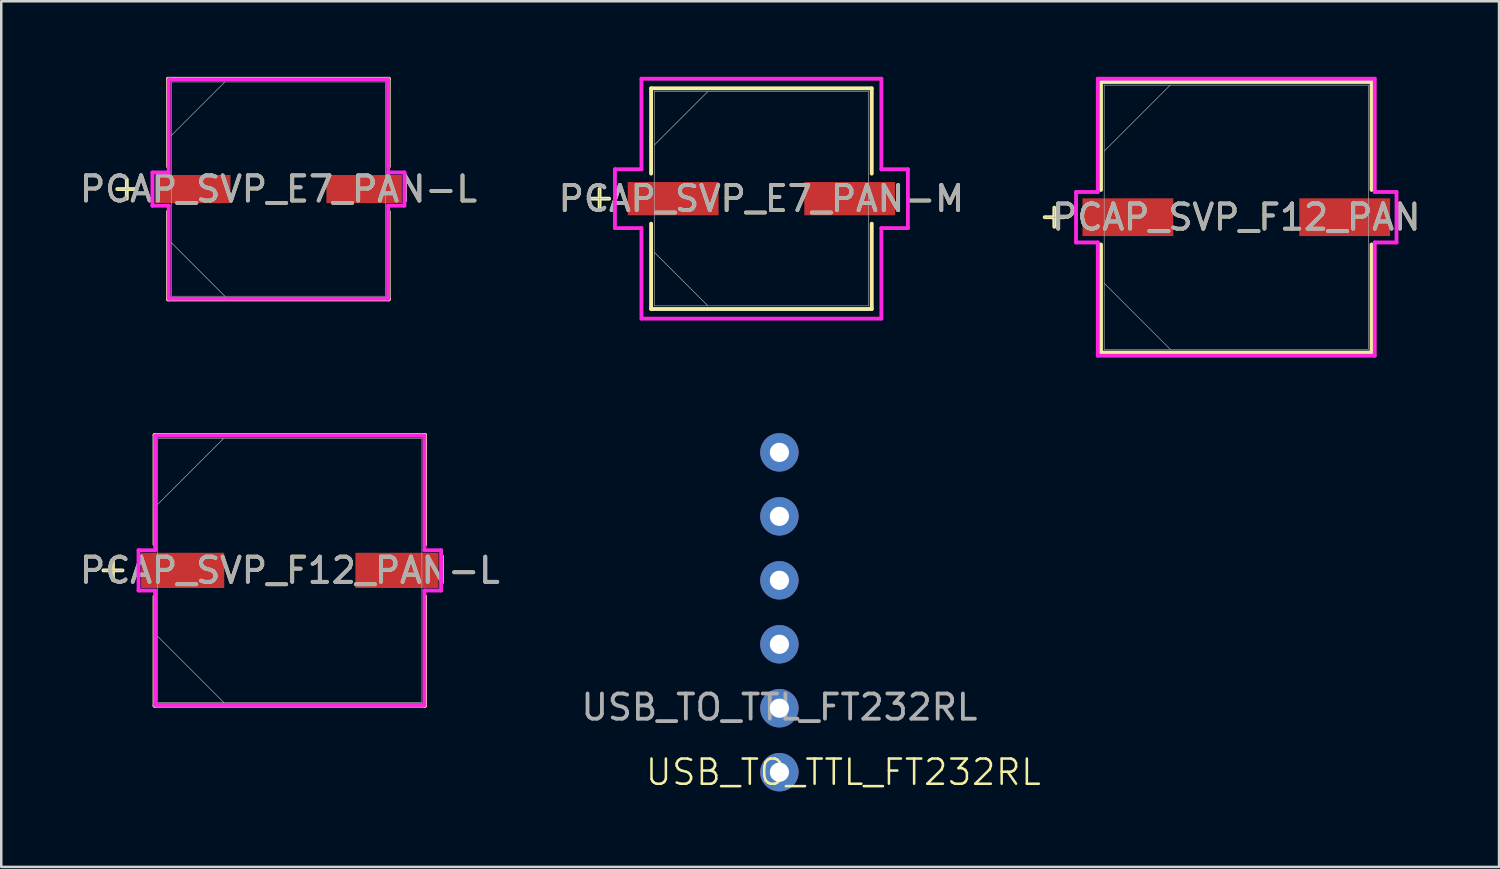
<source format=kicad_pcb>
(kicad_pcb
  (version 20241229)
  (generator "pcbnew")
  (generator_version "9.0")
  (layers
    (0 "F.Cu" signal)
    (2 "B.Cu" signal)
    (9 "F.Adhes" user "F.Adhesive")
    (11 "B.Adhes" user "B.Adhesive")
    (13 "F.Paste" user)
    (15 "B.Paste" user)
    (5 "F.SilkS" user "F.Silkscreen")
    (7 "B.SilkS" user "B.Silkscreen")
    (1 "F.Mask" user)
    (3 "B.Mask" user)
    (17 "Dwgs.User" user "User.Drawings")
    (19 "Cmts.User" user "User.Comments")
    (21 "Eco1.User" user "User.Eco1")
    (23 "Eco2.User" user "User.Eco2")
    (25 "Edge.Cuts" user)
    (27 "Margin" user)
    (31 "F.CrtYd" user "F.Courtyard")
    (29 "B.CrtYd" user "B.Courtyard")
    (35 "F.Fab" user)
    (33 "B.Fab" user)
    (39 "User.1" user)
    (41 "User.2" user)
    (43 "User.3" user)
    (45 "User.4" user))
  (footprint "PCAP_SVP_F12_PAN-L"
    (layer "F.Cu")
    (at 8.458 19.599)
    (property "Reference" "PCAP_SVP_F12_PAN-L" (at 0 0 0) (unlocked yes) (layer "F.SilkS") (effects (font (size 1 1) (thickness 0.15))))
    (attr smd)
    (fp_line (start -7.023 -0.381) (end -7.023 0.381) (stroke (width 0.152) (type solid)) (layer "F.SilkS"))
    (fp_line (start -6.642 0) (end -7.404 0) (stroke (width 0.152) (type solid)) (layer "F.SilkS"))
    (fp_line (start -5.372 -5.372) (end -5.372 -1.031) (stroke (width 0.152) (type solid)) (layer "F.SilkS"))
    (fp_line (start -5.372 1.031) (end -5.372 5.372) (stroke (width 0.152) (type solid)) (layer "F.SilkS"))
    (fp_line (start -5.372 5.372) (end 5.372 5.372) (stroke (width 0.152) (type solid)) (layer "F.SilkS"))
    (fp_line (start 5.372 -5.372) (end -5.372 -5.372) (stroke (width 0.152) (type solid)) (layer "F.SilkS"))
    (fp_line (start 5.372 -1.031) (end 5.372 -5.372) (stroke (width 0.152) (type solid)) (layer "F.SilkS"))
    (fp_line (start 5.372 5.372) (end 5.372 1.031) (stroke (width 0.152) (type solid)) (layer "F.SilkS"))
    (fp_line (start -6.007 -0.8) (end -5.347 -0.8) (stroke (width 0.152) (type solid)) (layer "F.CrtYd"))
    (fp_line (start -6.007 0.8) (end -6.007 -0.8) (stroke (width 0.152) (type solid)) (layer "F.CrtYd"))
    (fp_line (start -5.347 -5.347) (end 5.347 -5.347) (stroke (width 0.152) (type solid)) (layer "F.CrtYd"))
    (fp_line (start -5.347 -0.8) (end -5.347 -5.347) (stroke (width 0.152) (type solid)) (layer "F.CrtYd"))
    (fp_line (start -5.347 0.8) (end -6.007 0.8) (stroke (width 0.152) (type solid)) (layer "F.CrtYd"))
    (fp_line (start -5.347 5.347) (end -5.347 0.8) (stroke (width 0.152) (type solid)) (layer "F.CrtYd"))
    (fp_line (start 5.347 -5.347) (end 5.347 -0.8) (stroke (width 0.152) (type solid)) (layer "F.CrtYd"))
    (fp_line (start 5.347 -0.8) (end 6.007 -0.8) (stroke (width 0.152) (type solid)) (layer "F.CrtYd"))
    (fp_line (start 5.347 0.8) (end 5.347 5.347) (stroke (width 0.152) (type solid)) (layer "F.CrtYd"))
    (fp_line (start 5.347 5.347) (end -5.347 5.347) (stroke (width 0.152) (type solid)) (layer "F.CrtYd"))
    (fp_line (start 6.007 -0.8) (end 6.007 0.8) (stroke (width 0.152) (type solid)) (layer "F.CrtYd"))
    (fp_line (start 6.007 0.8) (end 5.347 0.8) (stroke (width 0.152) (type solid)) (layer "F.CrtYd"))
    (fp_line (start -7.023 -0.381) (end -7.023 0.381) (stroke (width 0.025) (type solid)) (layer "F.Fab"))
    (fp_line (start -6.642 0) (end -7.404 0) (stroke (width 0.025) (type solid)) (layer "F.Fab"))
    (fp_line (start -5.245 -5.245) (end -5.245 5.245) (stroke (width 0.025) (type solid)) (layer "F.Fab"))
    (fp_line (start -5.245 -2.623) (end -2.623 -5.245) (stroke (width 0.025) (type solid)) (layer "F.Fab"))
    (fp_line (start -5.245 2.623) (end -2.623 5.245) (stroke (width 0.025) (type solid)) (layer "F.Fab"))
    (fp_line (start -5.245 5.245) (end 5.245 5.245) (stroke (width 0.025) (type solid)) (layer "F.Fab"))
    (fp_line (start 5.245 -5.245) (end -5.245 -5.245) (stroke (width 0.025) (type solid)) (layer "F.Fab"))
    (fp_line (start 5.245 5.245) (end 5.245 -5.245) (stroke (width 0.025) (type solid)) (layer "F.Fab"))
    (fp_text user "${REFERENCE}" (at 0 0 0) (unlocked yes) (layer "F.Fab") (effects (font (size 1 1) (thickness 0.15))))
    (pad "1" smd rect (at -4.255 0) (size 3.302 1.397) (layers "F.Cu" "F.Mask" "F.Paste"))
    (pad "2" smd rect (at 4.255 0) (size 3.302 1.397) (layers "F.Cu" "F.Mask" "F.Paste"))
    (zone (net_name "") (layer "F.Cu") (hatch full 0.508) (connect_pads) (min_thickness 0.254) (filled_areas_thickness no) (keepout (tracks not_allowed) (vias not_allowed) (pads allowed) (copperpour not_allowed) (footprints allowed)) (placement (enabled no)) (fill) (polygon (pts (xy 3.264 14.405) (xy 13.653 14.405) (xy 13.653 18.85) (xy 3.264 18.85))))
    (zone (net_name "") (layer "F.Cu") (hatch full 0.508) (connect_pads) (min_thickness 0.254) (filled_areas_thickness no) (keepout (tracks not_allowed) (vias not_allowed) (pads allowed) (copperpour not_allowed) (footprints allowed)) (placement (enabled no)) (fill) (polygon (pts (xy 3.264 20.348) (xy 13.653 20.348) (xy 13.653 24.793) (xy 3.264 24.793))))
    (zone (net_name "") (layer "F.Cu") (hatch full 0.508) (connect_pads) (min_thickness 0.254) (filled_areas_thickness no) (keepout (tracks not_allowed) (vias not_allowed) (pads allowed) (copperpour not_allowed) (footprints allowed)) (placement (enabled no)) (fill) (polygon (pts (xy 5.906 18.85) (xy 11.011 18.85) (xy 11.011 20.348) (xy 5.906 20.348)))))
  (footprint "PCAP_SVP_E7_PAN-L"
    (layer "F.Cu")
    (at 8.006 4.458)
    (property "Reference" "PCAP_SVP_E7_PAN-L" (at 0 0 0) (unlocked yes) (layer "F.SilkS") (effects (font (size 1 1) (thickness 0.15))))
    (attr smd)
    (fp_line (start -6.02 -0.381) (end -6.02 0.381) (stroke (width 0.152) (type solid)) (layer "F.SilkS"))
    (fp_line (start -5.639 0) (end -6.401 0) (stroke (width 0.152) (type solid)) (layer "F.SilkS"))
    (fp_line (start -4.381 -4.381) (end -4.381 -0.892) (stroke (width 0.152) (type solid)) (layer "F.SilkS"))
    (fp_line (start -4.381 0.892) (end -4.381 4.381) (stroke (width 0.152) (type solid)) (layer "F.SilkS"))
    (fp_line (start -4.381 4.381) (end 4.381 4.381) (stroke (width 0.152) (type solid)) (layer "F.SilkS"))
    (fp_line (start 4.381 -4.381) (end -4.381 -4.381) (stroke (width 0.152) (type solid)) (layer "F.SilkS"))
    (fp_line (start 4.381 -0.892) (end 4.381 -4.381) (stroke (width 0.152) (type solid)) (layer "F.SilkS"))
    (fp_line (start 4.381 4.381) (end 4.381 0.892) (stroke (width 0.152) (type solid)) (layer "F.SilkS"))
    (fp_line (start -5.004 -0.66) (end -4.356 -0.66) (stroke (width 0.152) (type solid)) (layer "F.CrtYd"))
    (fp_line (start -5.004 0.66) (end -5.004 -0.66) (stroke (width 0.152) (type solid)) (layer "F.CrtYd"))
    (fp_line (start -4.356 -4.356) (end 4.356 -4.356) (stroke (width 0.152) (type solid)) (layer "F.CrtYd"))
    (fp_line (start -4.356 -0.66) (end -4.356 -4.356) (stroke (width 0.152) (type solid)) (layer "F.CrtYd"))
    (fp_line (start -4.356 0.66) (end -5.004 0.66) (stroke (width 0.152) (type solid)) (layer "F.CrtYd"))
    (fp_line (start -4.356 4.356) (end -4.356 0.66) (stroke (width 0.152) (type solid)) (layer "F.CrtYd"))
    (fp_line (start 4.356 -4.356) (end 4.356 -0.66) (stroke (width 0.152) (type solid)) (layer "F.CrtYd"))
    (fp_line (start 4.356 -0.66) (end 5.004 -0.66) (stroke (width 0.152) (type solid)) (layer "F.CrtYd"))
    (fp_line (start 4.356 0.66) (end 4.356 4.356) (stroke (width 0.152) (type solid)) (layer "F.CrtYd"))
    (fp_line (start 4.356 4.356) (end -4.356 4.356) (stroke (width 0.152) (type solid)) (layer "F.CrtYd"))
    (fp_line (start 5.004 -0.66) (end 5.004 0.66) (stroke (width 0.152) (type solid)) (layer "F.CrtYd"))
    (fp_line (start 5.004 0.66) (end 4.356 0.66) (stroke (width 0.152) (type solid)) (layer "F.CrtYd"))
    (fp_line (start -6.02 -0.381) (end -6.02 0.381) (stroke (width 0.025) (type solid)) (layer "F.Fab"))
    (fp_line (start -5.639 0) (end -6.401 0) (stroke (width 0.025) (type solid)) (layer "F.Fab"))
    (fp_line (start -4.255 -4.255) (end -4.255 4.255) (stroke (width 0.025) (type solid)) (layer "F.Fab"))
    (fp_line (start -4.255 -2.127) (end -2.127 -4.255) (stroke (width 0.025) (type solid)) (layer "F.Fab"))
    (fp_line (start -4.255 2.127) (end -2.127 4.255) (stroke (width 0.025) (type solid)) (layer "F.Fab"))
    (fp_line (start -4.255 4.255) (end 4.255 4.255) (stroke (width 0.025) (type solid)) (layer "F.Fab"))
    (fp_line (start 4.255 -4.255) (end -4.255 -4.255) (stroke (width 0.025) (type solid)) (layer "F.Fab"))
    (fp_line (start 4.255 4.255) (end 4.255 -4.255) (stroke (width 0.025) (type solid)) (layer "F.Fab"))
    (fp_text user "${REFERENCE}" (at 0 0 0) (unlocked yes) (layer "F.Fab") (effects (font (size 1 1) (thickness 0.15))))
    (pad "1" smd rect (at -3.404 0) (size 2.997 1.118) (layers "F.Cu" "F.Mask" "F.Paste"))
    (pad "2" smd rect (at 3.404 0) (size 2.997 1.118) (layers "F.Cu" "F.Mask" "F.Paste"))
    (zone (net_name "") (layer "F.Cu") (hatch full 0.508) (connect_pads) (min_thickness 0.254) (filled_areas_thickness no) (keepout (tracks not_allowed) (vias not_allowed) (pads allowed) (copperpour not_allowed) (footprints allowed)) (placement (enabled no)) (fill) (polygon (pts (xy 3.802 0.254) (xy 12.21 0.254) (xy 12.21 3.848) (xy 3.802 3.848))))
    (zone (net_name "") (layer "F.Cu") (hatch full 0.508) (connect_pads) (min_thickness 0.254) (filled_areas_thickness no) (keepout (tracks not_allowed) (vias not_allowed) (pads allowed) (copperpour not_allowed) (footprints allowed)) (placement (enabled no)) (fill) (polygon (pts (xy 3.802 5.067) (xy 12.21 5.067) (xy 12.21 8.661) (xy 3.802 8.661))))
    (zone (net_name "") (layer "F.Cu") (hatch full 0.508) (connect_pads) (min_thickness 0.254) (filled_areas_thickness no) (keepout (tracks not_allowed) (vias not_allowed) (pads allowed) (copperpour not_allowed) (footprints allowed)) (placement (enabled no)) (fill) (polygon (pts (xy 6.152 3.848) (xy 9.86 3.848) (xy 9.86 5.067) (xy 6.152 5.067)))))
  (footprint "PCAP_SVP_E7_PAN-M"
    (layer "F.Cu")
    (at 27.185 4.839)
    (property "Reference" "PCAP_SVP_E7_PAN-M" (at 0 0 0) (unlocked yes) (layer "F.SilkS") (effects (font (size 1 1) (thickness 0.15))))
    (attr smd)
    (fp_line (start -6.426 -0.381) (end -6.426 0.381) (stroke (width 0.152) (type solid)) (layer "F.SilkS"))
    (fp_line (start -6.045 0) (end -6.807 0) (stroke (width 0.152) (type solid)) (layer "F.SilkS"))
    (fp_line (start -4.381 -4.381) (end -4.381 -0.993) (stroke (width 0.152) (type solid)) (layer "F.SilkS"))
    (fp_line (start -4.381 0.993) (end -4.381 4.381) (stroke (width 0.152) (type solid)) (layer "F.SilkS"))
    (fp_line (start -4.381 4.381) (end 4.381 4.381) (stroke (width 0.152) (type solid)) (layer "F.SilkS"))
    (fp_line (start 4.381 -4.381) (end -4.381 -4.381) (stroke (width 0.152) (type solid)) (layer "F.SilkS"))
    (fp_line (start 4.381 -0.993) (end 4.381 -4.381) (stroke (width 0.152) (type solid)) (layer "F.SilkS"))
    (fp_line (start 4.381 4.381) (end 4.381 0.993) (stroke (width 0.152) (type solid)) (layer "F.SilkS"))
    (fp_line (start -5.817 -1.168) (end -4.763 -1.168) (stroke (width 0.152) (type solid)) (layer "F.CrtYd"))
    (fp_line (start -5.817 1.168) (end -5.817 -1.168) (stroke (width 0.152) (type solid)) (layer "F.CrtYd"))
    (fp_line (start -4.763 -4.763) (end 4.763 -4.763) (stroke (width 0.152) (type solid)) (layer "F.CrtYd"))
    (fp_line (start -4.763 -1.168) (end -4.763 -4.763) (stroke (width 0.152) (type solid)) (layer "F.CrtYd"))
    (fp_line (start -4.763 1.168) (end -5.817 1.168) (stroke (width 0.152) (type solid)) (layer "F.CrtYd"))
    (fp_line (start -4.763 4.763) (end -4.763 1.168) (stroke (width 0.152) (type solid)) (layer "F.CrtYd"))
    (fp_line (start 4.763 -4.763) (end 4.763 -1.168) (stroke (width 0.152) (type solid)) (layer "F.CrtYd"))
    (fp_line (start 4.763 -1.168) (end 5.817 -1.168) (stroke (width 0.152) (type solid)) (layer "F.CrtYd"))
    (fp_line (start 4.763 1.168) (end 4.763 4.763) (stroke (width 0.152) (type solid)) (layer "F.CrtYd"))
    (fp_line (start 4.763 4.763) (end -4.763 4.763) (stroke (width 0.152) (type solid)) (layer "F.CrtYd"))
    (fp_line (start 5.817 -1.168) (end 5.817 1.168) (stroke (width 0.152) (type solid)) (layer "F.CrtYd"))
    (fp_line (start 5.817 1.168) (end 4.763 1.168) (stroke (width 0.152) (type solid)) (layer "F.CrtYd"))
    (fp_line (start -6.426 -0.381) (end -6.426 0.381) (stroke (width 0.025) (type solid)) (layer "F.Fab"))
    (fp_line (start -6.045 0) (end -6.807 0) (stroke (width 0.025) (type solid)) (layer "F.Fab"))
    (fp_line (start -4.255 -4.255) (end -4.255 4.255) (stroke (width 0.025) (type solid)) (layer "F.Fab"))
    (fp_line (start -4.255 -2.127) (end -2.127 -4.255) (stroke (width 0.025) (type solid)) (layer "F.Fab"))
    (fp_line (start -4.255 2.127) (end -2.127 4.255) (stroke (width 0.025) (type solid)) (layer "F.Fab"))
    (fp_line (start -4.255 4.255) (end 4.255 4.255) (stroke (width 0.025) (type solid)) (layer "F.Fab"))
    (fp_line (start 4.255 -4.255) (end -4.255 -4.255) (stroke (width 0.025) (type solid)) (layer "F.Fab"))
    (fp_line (start 4.255 4.255) (end 4.255 -4.255) (stroke (width 0.025) (type solid)) (layer "F.Fab"))
    (fp_text user "${REFERENCE}" (at 0 0 0) (unlocked yes) (layer "F.Fab") (effects (font (size 1 1) (thickness 0.15))))
    (pad "1" smd rect (at -3.505 0) (size 3.607 1.321) (layers "F.Cu" "F.Mask" "F.Paste"))
    (pad "2" smd rect (at 3.505 0) (size 3.607 1.321) (layers "F.Cu" "F.Mask" "F.Paste"))
    (zone (net_name "") (layer "F.Cu") (hatch full 0.508) (connect_pads) (min_thickness 0.254) (filled_areas_thickness no) (keepout (tracks not_allowed) (vias not_allowed) (pads allowed) (copperpour not_allowed) (footprints allowed)) (placement (enabled no)) (fill) (polygon (pts (xy 22.981 0.635) (xy 31.388 0.635) (xy 31.388 4.128) (xy 22.981 4.128))))
    (zone (net_name "") (layer "F.Cu") (hatch full 0.508) (connect_pads) (min_thickness 0.254) (filled_areas_thickness no) (keepout (tracks not_allowed) (vias not_allowed) (pads allowed) (copperpour not_allowed) (footprints allowed)) (placement (enabled no)) (fill) (polygon (pts (xy 22.981 5.55) (xy 31.388 5.55) (xy 31.388 9.042) (xy 22.981 9.042))))
    (zone (net_name "") (layer "F.Cu") (hatch full 0.508) (connect_pads) (min_thickness 0.254) (filled_areas_thickness no) (keepout (tracks not_allowed) (vias not_allowed) (pads allowed) (copperpour not_allowed) (footprints allowed)) (placement (enabled no)) (fill) (polygon (pts (xy 25.534 4.128) (xy 28.836 4.128) (xy 28.836 5.55) (xy 25.534 5.55)))))
  (footprint "USB_TO_TTL_FT232RL"
    (layer "F.Cu")
    (at 27.899 22.533)
    (property "Reference" "USB_TO_TTL_FT232RL" (at 2.54 5.08 0) (unlocked yes) (layer "F.SilkS") (effects (font (size 1 1) (thickness 0.1))))
    (attr through_hole)
    (fp_text user "${REFERENCE}" (at 0 2.5 0) (unlocked yes) (layer "F.Fab") (effects (font (size 1 1) (thickness 0.15))))
    (pad "1" thru_hole circle (at 0 -7.62) (size 1.524 1.524) (drill 0.762) (layers "*.Cu" "*.Mask"))
    (pad "2" thru_hole circle (at 0 -5.08) (size 1.524 1.524) (drill 0.762) (layers "*.Cu" "*.Mask"))
    (pad "3" thru_hole circle (at 0 -2.54) (size 1.524 1.524) (drill 0.762) (layers "*.Cu" "*.Mask"))
    (pad "4" thru_hole circle (at 0 0) (size 1.524 1.524) (drill 0.762) (layers "*.Cu" "*.Mask"))
    (pad "5" thru_hole circle (at 0 2.54) (size 1.524 1.524) (drill 0.762) (layers "*.Cu" "*.Mask"))
    (pad "6" thru_hole circle (at 0 5.08) (size 1.524 1.524) (drill 0.762) (layers "*.Cu" "*.Mask")))
  (footprint "PCAP_SVP_F12_PAN"
    (layer "F.Cu")
    (at 46.041 5.575)
    (property "Reference" "PCAP_SVP_F12_PAN" (at 0 0 0) (unlocked yes) (layer "F.SilkS") (effects (font (size 1 1) (thickness 0.15))))
    (attr smd)
    (fp_line (start -7.226 -0.381) (end -7.226 0.381) (stroke (width 0.152) (type solid)) (layer "F.SilkS"))
    (fp_line (start -6.845 0) (end -7.607 0) (stroke (width 0.152) (type solid)) (layer "F.SilkS"))
    (fp_line (start -5.372 -5.372) (end -5.372 -1.082) (stroke (width 0.152) (type solid)) (layer "F.SilkS"))
    (fp_line (start -5.372 1.082) (end -5.372 5.372) (stroke (width 0.152) (type solid)) (layer "F.SilkS"))
    (fp_line (start -5.372 5.372) (end 5.372 5.372) (stroke (width 0.152) (type solid)) (layer "F.SilkS"))
    (fp_line (start 5.372 -5.372) (end -5.372 -5.372) (stroke (width 0.152) (type solid)) (layer "F.SilkS"))
    (fp_line (start 5.372 -1.082) (end 5.372 -5.372) (stroke (width 0.152) (type solid)) (layer "F.SilkS"))
    (fp_line (start 5.372 5.372) (end 5.372 1.082) (stroke (width 0.152) (type solid)) (layer "F.SilkS"))
    (fp_line (start -6.363 -1.003) (end -5.499 -1.003) (stroke (width 0.152) (type solid)) (layer "F.CrtYd"))
    (fp_line (start -6.363 1.003) (end -6.363 -1.003) (stroke (width 0.152) (type solid)) (layer "F.CrtYd"))
    (fp_line (start -5.499 -5.499) (end 5.499 -5.499) (stroke (width 0.152) (type solid)) (layer "F.CrtYd"))
    (fp_line (start -5.499 -1.003) (end -5.499 -5.499) (stroke (width 0.152) (type solid)) (layer "F.CrtYd"))
    (fp_line (start -5.499 1.003) (end -6.363 1.003) (stroke (width 0.152) (type solid)) (layer "F.CrtYd"))
    (fp_line (start -5.499 5.499) (end -5.499 1.003) (stroke (width 0.152) (type solid)) (layer "F.CrtYd"))
    (fp_line (start 5.499 -5.499) (end 5.499 -1.003) (stroke (width 0.152) (type solid)) (layer "F.CrtYd"))
    (fp_line (start 5.499 -1.003) (end 6.363 -1.003) (stroke (width 0.152) (type solid)) (layer "F.CrtYd"))
    (fp_line (start 5.499 1.003) (end 5.499 5.499) (stroke (width 0.152) (type solid)) (layer "F.CrtYd"))
    (fp_line (start 5.499 5.499) (end -5.499 5.499) (stroke (width 0.152) (type solid)) (layer "F.CrtYd"))
    (fp_line (start 6.363 -1.003) (end 6.363 1.003) (stroke (width 0.152) (type solid)) (layer "F.CrtYd"))
    (fp_line (start 6.363 1.003) (end 5.499 1.003) (stroke (width 0.152) (type solid)) (layer "F.CrtYd"))
    (fp_line (start -7.226 -0.381) (end -7.226 0.381) (stroke (width 0.025) (type solid)) (layer "F.Fab"))
    (fp_line (start -6.845 0) (end -7.607 0) (stroke (width 0.025) (type solid)) (layer "F.Fab"))
    (fp_line (start -5.245 -5.245) (end -5.245 5.245) (stroke (width 0.025) (type solid)) (layer "F.Fab"))
    (fp_line (start -5.245 -2.623) (end -2.623 -5.245) (stroke (width 0.025) (type solid)) (layer "F.Fab"))
    (fp_line (start -5.245 2.623) (end -2.623 5.245) (stroke (width 0.025) (type solid)) (layer "F.Fab"))
    (fp_line (start -5.245 5.245) (end 5.245 5.245) (stroke (width 0.025) (type solid)) (layer "F.Fab"))
    (fp_line (start 5.245 -5.245) (end -5.245 -5.245) (stroke (width 0.025) (type solid)) (layer "F.Fab"))
    (fp_line (start 5.245 5.245) (end 5.245 -5.245) (stroke (width 0.025) (type solid)) (layer "F.Fab"))
    (fp_text user "${REFERENCE}" (at 0 0 0) (unlocked yes) (layer "F.Fab") (effects (font (size 1 1) (thickness 0.15))))
    (pad "1" smd rect (at -4.305 0) (size 3.607 1.499) (layers "F.Cu" "F.Mask" "F.Paste"))
    (pad "2" smd rect (at 4.305 0) (size 3.607 1.499) (layers "F.Cu" "F.Mask" "F.Paste"))
    (zone (net_name "") (layer "F.Cu") (hatch full 0.508) (connect_pads) (min_thickness 0.254) (filled_areas_thickness no) (keepout (tracks not_allowed) (vias not_allowed) (pads allowed) (copperpour not_allowed) (footprints allowed)) (placement (enabled no)) (fill) (polygon (pts (xy 40.846 0.381) (xy 51.235 0.381) (xy 51.235 4.775) (xy 40.846 4.775))))
    (zone (net_name "") (layer "F.Cu") (hatch full 0.508) (connect_pads) (min_thickness 0.254) (filled_areas_thickness no) (keepout (tracks not_allowed) (vias not_allowed) (pads allowed) (copperpour not_allowed) (footprints allowed)) (placement (enabled no)) (fill) (polygon (pts (xy 40.846 6.375) (xy 51.235 6.375) (xy 51.235 10.77) (xy 40.846 10.77))))
    (zone (net_name "") (layer "F.Cu") (hatch full 0.508) (connect_pads) (min_thickness 0.254) (filled_areas_thickness no) (keepout (tracks not_allowed) (vias not_allowed) (pads allowed) (copperpour not_allowed) (footprints allowed)) (placement (enabled no)) (fill) (polygon (pts (xy 43.59 4.775) (xy 48.492 4.775) (xy 48.492 6.375) (xy 43.59 6.375)))))
  (gr_rect
    (start -3 -3)
    (end 56.475 31.375)
    (stroke (width 0.1) (type default))
    (fill no)
    (layer "Edge.Cuts")))
</source>
